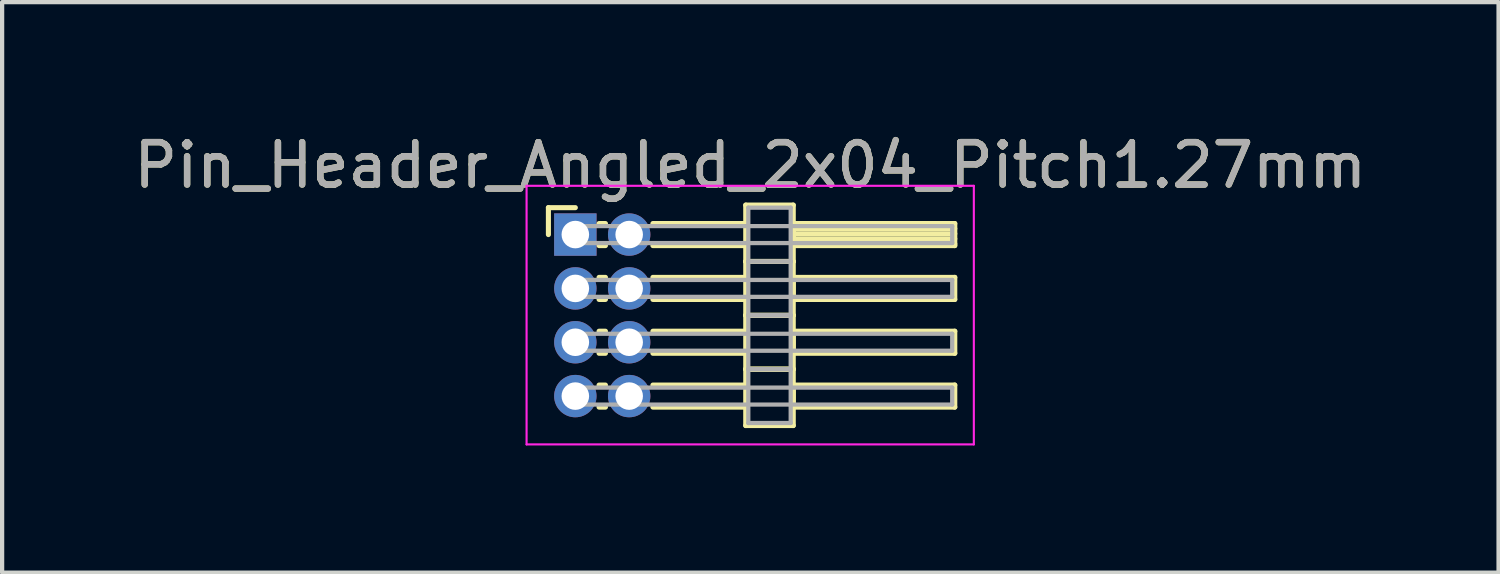
<source format=kicad_pcb>
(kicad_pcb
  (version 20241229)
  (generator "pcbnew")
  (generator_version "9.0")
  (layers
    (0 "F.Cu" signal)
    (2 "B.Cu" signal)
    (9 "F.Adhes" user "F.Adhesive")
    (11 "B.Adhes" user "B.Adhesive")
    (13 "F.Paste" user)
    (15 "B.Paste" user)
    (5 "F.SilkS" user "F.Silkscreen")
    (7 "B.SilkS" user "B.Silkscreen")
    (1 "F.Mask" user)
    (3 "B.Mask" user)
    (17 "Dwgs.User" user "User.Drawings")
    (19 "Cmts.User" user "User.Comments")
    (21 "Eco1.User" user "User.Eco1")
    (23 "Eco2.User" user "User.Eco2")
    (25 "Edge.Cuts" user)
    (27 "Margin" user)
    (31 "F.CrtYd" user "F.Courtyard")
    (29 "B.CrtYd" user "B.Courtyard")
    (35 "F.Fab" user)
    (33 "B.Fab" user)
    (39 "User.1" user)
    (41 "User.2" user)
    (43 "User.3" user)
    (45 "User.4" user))
  (footprint "Pin_Header_Angled_2x04_Pitch1.27mm"
    (layer "F.Cu")
    (at 10.521 2.483)
    (property "Reference" "Pin_Header_Angled_2x04_Pitch1.27mm" (at 4.128 -1.635 0) (layer "F.SilkS") (effects (font (size 1 1) (thickness 0.15))))
    (attr through_hole)
    (fp_line (start -0.635 -0.635) (end 0 -0.635) (stroke (width 0.12) (type solid)) (layer "F.SilkS"))
    (fp_line (start -0.635 0) (end -0.635 -0.635) (stroke (width 0.12) (type solid)) (layer "F.SilkS"))
    (fp_line (start 0.56 -0.26) (end 0.71 -0.26) (stroke (width 0.12) (type solid)) (layer "F.SilkS"))
    (fp_line (start 0.56 0.26) (end 0.71 0.26) (stroke (width 0.12) (type solid)) (layer "F.SilkS"))
    (fp_line (start 0.56 1.01) (end 0.71 1.01) (stroke (width 0.12) (type solid)) (layer "F.SilkS"))
    (fp_line (start 0.56 1.53) (end 0.71 1.53) (stroke (width 0.12) (type solid)) (layer "F.SilkS"))
    (fp_line (start 0.56 2.28) (end 0.71 2.28) (stroke (width 0.12) (type solid)) (layer "F.SilkS"))
    (fp_line (start 0.56 2.8) (end 0.71 2.8) (stroke (width 0.12) (type solid)) (layer "F.SilkS"))
    (fp_line (start 0.56 3.55) (end 0.71 3.55) (stroke (width 0.12) (type solid)) (layer "F.SilkS"))
    (fp_line (start 0.56 4.07) (end 0.71 4.07) (stroke (width 0.12) (type solid)) (layer "F.SilkS"))
    (fp_line (start 1.83 -0.26) (end 4.02 -0.26) (stroke (width 0.12) (type solid)) (layer "F.SilkS"))
    (fp_line (start 1.83 0.26) (end 4.02 0.26) (stroke (width 0.12) (type solid)) (layer "F.SilkS"))
    (fp_line (start 1.83 1.01) (end 4.02 1.01) (stroke (width 0.12) (type solid)) (layer "F.SilkS"))
    (fp_line (start 1.83 1.53) (end 4.02 1.53) (stroke (width 0.12) (type solid)) (layer "F.SilkS"))
    (fp_line (start 1.83 2.28) (end 4.02 2.28) (stroke (width 0.12) (type solid)) (layer "F.SilkS"))
    (fp_line (start 1.83 2.8) (end 4.02 2.8) (stroke (width 0.12) (type solid)) (layer "F.SilkS"))
    (fp_line (start 1.83 3.55) (end 4.02 3.55) (stroke (width 0.12) (type solid)) (layer "F.SilkS"))
    (fp_line (start 1.83 4.07) (end 4.02 4.07) (stroke (width 0.12) (type solid)) (layer "F.SilkS"))
    (fp_line (start 4.02 -0.695) (end 4.02 0.635) (stroke (width 0.12) (type solid)) (layer "F.SilkS"))
    (fp_line (start 4.02 0.635) (end 4.02 1.905) (stroke (width 0.12) (type solid)) (layer "F.SilkS"))
    (fp_line (start 4.02 0.635) (end 5.14 0.635) (stroke (width 0.12) (type solid)) (layer "F.SilkS"))
    (fp_line (start 4.02 1.905) (end 4.02 3.175) (stroke (width 0.12) (type solid)) (layer "F.SilkS"))
    (fp_line (start 4.02 1.905) (end 5.14 1.905) (stroke (width 0.12) (type solid)) (layer "F.SilkS"))
    (fp_line (start 4.02 3.175) (end 4.02 4.505) (stroke (width 0.12) (type solid)) (layer "F.SilkS"))
    (fp_line (start 4.02 3.175) (end 5.14 3.175) (stroke (width 0.12) (type solid)) (layer "F.SilkS"))
    (fp_line (start 4.02 4.505) (end 5.14 4.505) (stroke (width 0.12) (type solid)) (layer "F.SilkS"))
    (fp_line (start 5.14 -0.695) (end 4.02 -0.695) (stroke (width 0.12) (type solid)) (layer "F.SilkS"))
    (fp_line (start 5.14 -0.26) (end 5.14 0.26) (stroke (width 0.12) (type solid)) (layer "F.SilkS"))
    (fp_line (start 5.14 -0.14) (end 8.95 -0.14) (stroke (width 0.12) (type solid)) (layer "F.SilkS"))
    (fp_line (start 5.14 -0.02) (end 8.95 -0.02) (stroke (width 0.12) (type solid)) (layer "F.SilkS"))
    (fp_line (start 5.14 0.1) (end 8.95 0.1) (stroke (width 0.12) (type solid)) (layer "F.SilkS"))
    (fp_line (start 5.14 0.22) (end 8.95 0.22) (stroke (width 0.12) (type solid)) (layer "F.SilkS"))
    (fp_line (start 5.14 0.26) (end 8.95 0.26) (stroke (width 0.12) (type solid)) (layer "F.SilkS"))
    (fp_line (start 5.14 0.635) (end 4.02 0.635) (stroke (width 0.12) (type solid)) (layer "F.SilkS"))
    (fp_line (start 5.14 0.635) (end 5.14 -0.695) (stroke (width 0.12) (type solid)) (layer "F.SilkS"))
    (fp_line (start 5.14 1.01) (end 5.14 1.53) (stroke (width 0.12) (type solid)) (layer "F.SilkS"))
    (fp_line (start 5.14 1.53) (end 8.95 1.53) (stroke (width 0.12) (type solid)) (layer "F.SilkS"))
    (fp_line (start 5.14 1.905) (end 4.02 1.905) (stroke (width 0.12) (type solid)) (layer "F.SilkS"))
    (fp_line (start 5.14 1.905) (end 5.14 0.635) (stroke (width 0.12) (type solid)) (layer "F.SilkS"))
    (fp_line (start 5.14 2.28) (end 5.14 2.8) (stroke (width 0.12) (type solid)) (layer "F.SilkS"))
    (fp_line (start 5.14 2.8) (end 8.95 2.8) (stroke (width 0.12) (type solid)) (layer "F.SilkS"))
    (fp_line (start 5.14 3.175) (end 4.02 3.175) (stroke (width 0.12) (type solid)) (layer "F.SilkS"))
    (fp_line (start 5.14 3.175) (end 5.14 1.905) (stroke (width 0.12) (type solid)) (layer "F.SilkS"))
    (fp_line (start 5.14 3.55) (end 5.14 4.07) (stroke (width 0.12) (type solid)) (layer "F.SilkS"))
    (fp_line (start 5.14 4.07) (end 8.95 4.07) (stroke (width 0.12) (type solid)) (layer "F.SilkS"))
    (fp_line (start 5.14 4.505) (end 5.14 3.175) (stroke (width 0.12) (type solid)) (layer "F.SilkS"))
    (fp_line (start 8.95 -0.26) (end 5.14 -0.26) (stroke (width 0.12) (type solid)) (layer "F.SilkS"))
    (fp_line (start 8.95 0.26) (end 8.95 -0.26) (stroke (width 0.12) (type solid)) (layer "F.SilkS"))
    (fp_line (start 8.95 1.01) (end 5.14 1.01) (stroke (width 0.12) (type solid)) (layer "F.SilkS"))
    (fp_line (start 8.95 1.53) (end 8.95 1.01) (stroke (width 0.12) (type solid)) (layer "F.SilkS"))
    (fp_line (start 8.95 2.28) (end 5.14 2.28) (stroke (width 0.12) (type solid)) (layer "F.SilkS"))
    (fp_line (start 8.95 2.8) (end 8.95 2.28) (stroke (width 0.12) (type solid)) (layer "F.SilkS"))
    (fp_line (start 8.95 3.55) (end 5.14 3.55) (stroke (width 0.12) (type solid)) (layer "F.SilkS"))
    (fp_line (start 8.95 4.07) (end 8.95 3.55) (stroke (width 0.12) (type solid)) (layer "F.SilkS"))
    (fp_line (start -1.15 -1.15) (end -1.15 4.95) (stroke (width 0.05) (type solid)) (layer "F.CrtYd"))
    (fp_line (start -1.15 4.95) (end 9.4 4.95) (stroke (width 0.05) (type solid)) (layer "F.CrtYd"))
    (fp_line (start 9.4 -1.15) (end -1.15 -1.15) (stroke (width 0.05) (type solid)) (layer "F.CrtYd"))
    (fp_line (start 9.4 4.95) (end 9.4 -1.15) (stroke (width 0.05) (type solid)) (layer "F.CrtYd"))
    (fp_line (start 0 -0.2) (end 0 0.2) (stroke (width 0.1) (type solid)) (layer "F.Fab"))
    (fp_line (start 0 0.2) (end 8.89 0.2) (stroke (width 0.1) (type solid)) (layer "F.Fab"))
    (fp_line (start 0 1.07) (end 0 1.47) (stroke (width 0.1) (type solid)) (layer "F.Fab"))
    (fp_line (start 0 1.47) (end 8.89 1.47) (stroke (width 0.1) (type solid)) (layer "F.Fab"))
    (fp_line (start 0 2.34) (end 0 2.74) (stroke (width 0.1) (type solid)) (layer "F.Fab"))
    (fp_line (start 0 2.74) (end 8.89 2.74) (stroke (width 0.1) (type solid)) (layer "F.Fab"))
    (fp_line (start 0 3.61) (end 0 4.01) (stroke (width 0.1) (type solid)) (layer "F.Fab"))
    (fp_line (start 0 4.01) (end 8.89 4.01) (stroke (width 0.1) (type solid)) (layer "F.Fab"))
    (fp_line (start 4.08 -0.635) (end 4.08 0.635) (stroke (width 0.1) (type solid)) (layer "F.Fab"))
    (fp_line (start 4.08 0.635) (end 4.08 1.905) (stroke (width 0.1) (type solid)) (layer "F.Fab"))
    (fp_line (start 4.08 0.635) (end 5.08 0.635) (stroke (width 0.1) (type solid)) (layer "F.Fab"))
    (fp_line (start 4.08 1.905) (end 4.08 3.175) (stroke (width 0.1) (type solid)) (layer "F.Fab"))
    (fp_line (start 4.08 1.905) (end 5.08 1.905) (stroke (width 0.1) (type solid)) (layer "F.Fab"))
    (fp_line (start 4.08 3.175) (end 4.08 4.445) (stroke (width 0.1) (type solid)) (layer "F.Fab"))
    (fp_line (start 4.08 3.175) (end 5.08 3.175) (stroke (width 0.1) (type solid)) (layer "F.Fab"))
    (fp_line (start 4.08 4.445) (end 5.08 4.445) (stroke (width 0.1) (type solid)) (layer "F.Fab"))
    (fp_line (start 5.08 -0.635) (end 4.08 -0.635) (stroke (width 0.1) (type solid)) (layer "F.Fab"))
    (fp_line (start 5.08 0.635) (end 4.08 0.635) (stroke (width 0.1) (type solid)) (layer "F.Fab"))
    (fp_line (start 5.08 0.635) (end 5.08 -0.635) (stroke (width 0.1) (type solid)) (layer "F.Fab"))
    (fp_line (start 5.08 1.905) (end 4.08 1.905) (stroke (width 0.1) (type solid)) (layer "F.Fab"))
    (fp_line (start 5.08 1.905) (end 5.08 0.635) (stroke (width 0.1) (type solid)) (layer "F.Fab"))
    (fp_line (start 5.08 3.175) (end 4.08 3.175) (stroke (width 0.1) (type solid)) (layer "F.Fab"))
    (fp_line (start 5.08 3.175) (end 5.08 1.905) (stroke (width 0.1) (type solid)) (layer "F.Fab"))
    (fp_line (start 5.08 4.445) (end 5.08 3.175) (stroke (width 0.1) (type solid)) (layer "F.Fab"))
    (fp_line (start 8.89 -0.2) (end 0 -0.2) (stroke (width 0.1) (type solid)) (layer "F.Fab"))
    (fp_line (start 8.89 0.2) (end 8.89 -0.2) (stroke (width 0.1) (type solid)) (layer "F.Fab"))
    (fp_line (start 8.89 1.07) (end 0 1.07) (stroke (width 0.1) (type solid)) (layer "F.Fab"))
    (fp_line (start 8.89 1.47) (end 8.89 1.07) (stroke (width 0.1) (type solid)) (layer "F.Fab"))
    (fp_line (start 8.89 2.34) (end 0 2.34) (stroke (width 0.1) (type solid)) (layer "F.Fab"))
    (fp_line (start 8.89 2.74) (end 8.89 2.34) (stroke (width 0.1) (type solid)) (layer "F.Fab"))
    (fp_line (start 8.89 3.61) (end 0 3.61) (stroke (width 0.1) (type solid)) (layer "F.Fab"))
    (fp_line (start 8.89 4.01) (end 8.89 3.61) (stroke (width 0.1) (type solid)) (layer "F.Fab"))
    (fp_text user "${REFERENCE}" (at 4.128 -1.635 0) (layer "F.Fab") (effects (font (size 1 1) (thickness 0.15))))
    (pad "1" thru_hole rect (at 0 0) (size 1 1) (drill 0.65) (layers "*.Cu" "*.Mask"))
    (pad "2" thru_hole oval (at 1.27 0) (size 1 1) (drill 0.65) (layers "*.Cu" "*.Mask"))
    (pad "3" thru_hole oval (at 0 1.27) (size 1 1) (drill 0.65) (layers "*.Cu" "*.Mask"))
    (pad "4" thru_hole oval (at 1.27 1.27) (size 1 1) (drill 0.65) (layers "*.Cu" "*.Mask"))
    (pad "5" thru_hole oval (at 0 2.54) (size 1 1) (drill 0.65) (layers "*.Cu" "*.Mask"))
    (pad "6" thru_hole oval (at 1.27 2.54) (size 1 1) (drill 0.65) (layers "*.Cu" "*.Mask"))
    (pad "7" thru_hole oval (at 0 3.81) (size 1 1) (drill 0.65) (layers "*.Cu" "*.Mask"))
    (pad "8" thru_hole oval (at 1.27 3.81) (size 1 1) (drill 0.65) (layers "*.Cu" "*.Mask")))
  (gr_rect
    (start -3 -3)
    (end 32.298 10.458)
    (stroke (width 0.1) (type default))
    (fill no)
    (layer "Edge.Cuts")))
</source>
